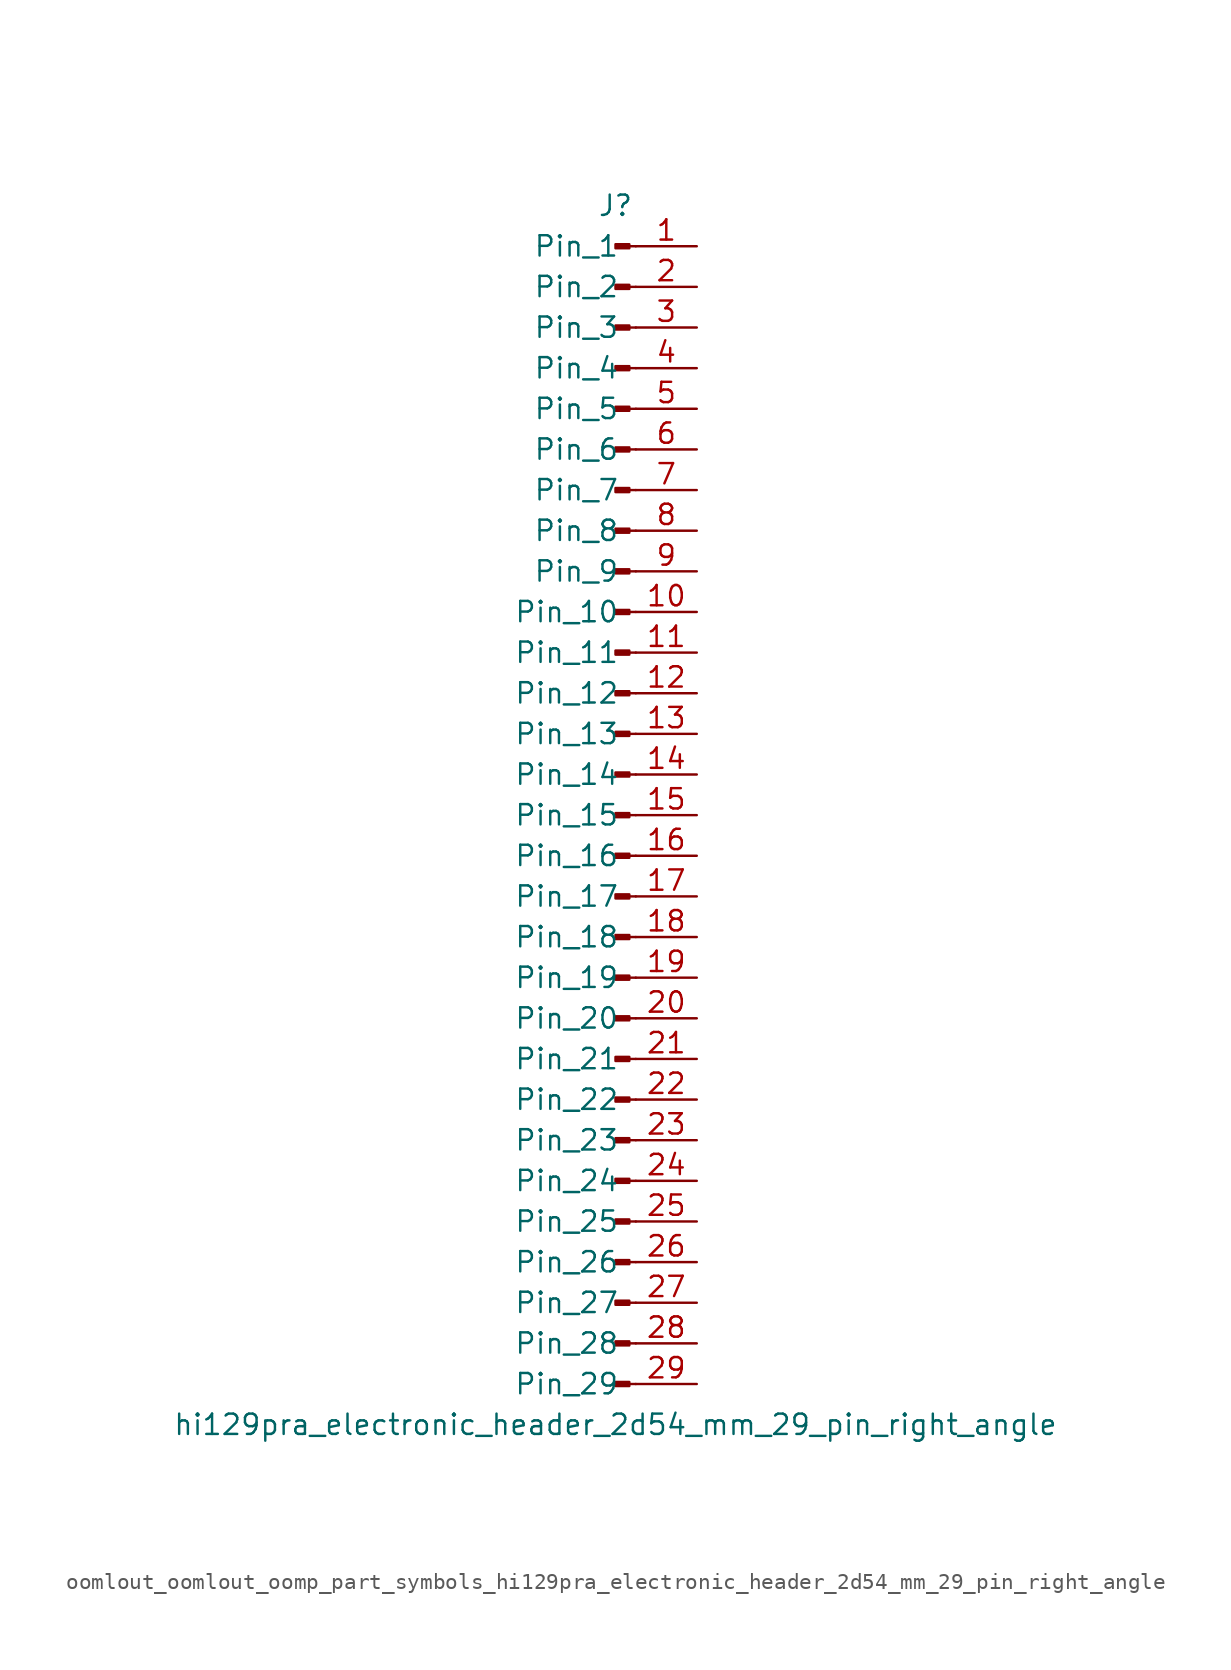
<source format=kicad_sym>
(kicad_symbol_lib
  (version 20220914)
  (generator kicad_symbol_editor)
  (symbol "oomlout_oomlout_oomp_part_symbols_hi129pra_electronic_header_2d54_mm_29_pin_right_angle"
    (pin_names
      (offset 1.016))
    (property "Reference" "J"
      (at 0 38.1 0)
      (effects (font (size 1.27 1.27))))
    (property "Value" "hi129pra_electronic_header_2d54_mm_29_pin_right_angle"
      (at 0 -38.1 0)
      (effects (font (size 1.27 1.27))))
    (property "ki_locked" ""
      (at 0 0 0)
      (effects (font (size 1.27 1.27))))
    (symbol "oomlout_oomlout_oomp_part_symbols_hi129pra_electronic_header_2d54_mm_29_pin_right_angle_1_1"
      (polyline (pts (xy 1.27 -35.56) (xy 0.864 -35.56)) (stroke (width 0.152) (type default)) (fill (type none)))
      (polyline (pts (xy 1.27 -33.02) (xy 0.864 -33.02)) (stroke (width 0.152) (type default)) (fill (type none)))
      (polyline (pts (xy 1.27 -30.48) (xy 0.864 -30.48)) (stroke (width 0.152) (type default)) (fill (type none)))
      (polyline (pts (xy 1.27 -27.94) (xy 0.864 -27.94)) (stroke (width 0.152) (type default)) (fill (type none)))
      (polyline (pts (xy 1.27 -25.4) (xy 0.864 -25.4)) (stroke (width 0.152) (type default)) (fill (type none)))
      (polyline (pts (xy 1.27 -22.86) (xy 0.864 -22.86)) (stroke (width 0.152) (type default)) (fill (type none)))
      (polyline (pts (xy 1.27 -20.32) (xy 0.864 -20.32)) (stroke (width 0.152) (type default)) (fill (type none)))
      (polyline (pts (xy 1.27 -17.78) (xy 0.864 -17.78)) (stroke (width 0.152) (type default)) (fill (type none)))
      (polyline (pts (xy 1.27 -15.24) (xy 0.864 -15.24)) (stroke (width 0.152) (type default)) (fill (type none)))
      (polyline (pts (xy 1.27 -12.7) (xy 0.864 -12.7)) (stroke (width 0.152) (type default)) (fill (type none)))
      (polyline (pts (xy 1.27 -10.16) (xy 0.864 -10.16)) (stroke (width 0.152) (type default)) (fill (type none)))
      (polyline (pts (xy 1.27 -7.62) (xy 0.864 -7.62)) (stroke (width 0.152) (type default)) (fill (type none)))
      (polyline (pts (xy 1.27 -5.08) (xy 0.864 -5.08)) (stroke (width 0.152) (type default)) (fill (type none)))
      (polyline (pts (xy 1.27 -2.54) (xy 0.864 -2.54)) (stroke (width 0.152) (type default)) (fill (type none)))
      (polyline (pts (xy 1.27 0) (xy 0.864 0)) (stroke (width 0.152) (type default)) (fill (type none)))
      (polyline (pts (xy 1.27 2.54) (xy 0.864 2.54)) (stroke (width 0.152) (type default)) (fill (type none)))
      (polyline (pts (xy 1.27 5.08) (xy 0.864 5.08)) (stroke (width 0.152) (type default)) (fill (type none)))
      (polyline (pts (xy 1.27 7.62) (xy 0.864 7.62)) (stroke (width 0.152) (type default)) (fill (type none)))
      (polyline (pts (xy 1.27 10.16) (xy 0.864 10.16)) (stroke (width 0.152) (type default)) (fill (type none)))
      (polyline (pts (xy 1.27 12.7) (xy 0.864 12.7)) (stroke (width 0.152) (type default)) (fill (type none)))
      (polyline (pts (xy 1.27 15.24) (xy 0.864 15.24)) (stroke (width 0.152) (type default)) (fill (type none)))
      (polyline (pts (xy 1.27 17.78) (xy 0.864 17.78)) (stroke (width 0.152) (type default)) (fill (type none)))
      (polyline (pts (xy 1.27 20.32) (xy 0.864 20.32)) (stroke (width 0.152) (type default)) (fill (type none)))
      (polyline (pts (xy 1.27 22.86) (xy 0.864 22.86)) (stroke (width 0.152) (type default)) (fill (type none)))
      (polyline (pts (xy 1.27 25.4) (xy 0.864 25.4)) (stroke (width 0.152) (type default)) (fill (type none)))
      (polyline (pts (xy 1.27 27.94) (xy 0.864 27.94)) (stroke (width 0.152) (type default)) (fill (type none)))
      (polyline (pts (xy 1.27 30.48) (xy 0.864 30.48)) (stroke (width 0.152) (type default)) (fill (type none)))
      (polyline (pts (xy 1.27 33.02) (xy 0.864 33.02)) (stroke (width 0.152) (type default)) (fill (type none)))
      (polyline (pts (xy 1.27 35.56) (xy 0.864 35.56)) (stroke (width 0.152) (type default)) (fill (type none)))
      (rectangle (start 0.864 -35.433) (end 0 -35.687) (stroke (width 0.152) (type default)) (fill (type outline)))
      (rectangle (start 0.864 -32.893) (end 0 -33.147) (stroke (width 0.152) (type default)) (fill (type outline)))
      (rectangle (start 0.864 -30.353) (end 0 -30.607) (stroke (width 0.152) (type default)) (fill (type outline)))
      (rectangle (start 0.864 -27.813) (end 0 -28.067) (stroke (width 0.152) (type default)) (fill (type outline)))
      (rectangle (start 0.864 -25.273) (end 0 -25.527) (stroke (width 0.152) (type default)) (fill (type outline)))
      (rectangle (start 0.864 -22.733) (end 0 -22.987) (stroke (width 0.152) (type default)) (fill (type outline)))
      (rectangle (start 0.864 -20.193) (end 0 -20.447) (stroke (width 0.152) (type default)) (fill (type outline)))
      (rectangle (start 0.864 -17.653) (end 0 -17.907) (stroke (width 0.152) (type default)) (fill (type outline)))
      (rectangle (start 0.864 -15.113) (end 0 -15.367) (stroke (width 0.152) (type default)) (fill (type outline)))
      (rectangle (start 0.864 -12.573) (end 0 -12.827) (stroke (width 0.152) (type default)) (fill (type outline)))
      (rectangle (start 0.864 -10.033) (end 0 -10.287) (stroke (width 0.152) (type default)) (fill (type outline)))
      (rectangle (start 0.864 -7.493) (end 0 -7.747) (stroke (width 0.152) (type default)) (fill (type outline)))
      (rectangle (start 0.864 -4.953) (end 0 -5.207) (stroke (width 0.152) (type default)) (fill (type outline)))
      (rectangle (start 0.864 -2.413) (end 0 -2.667) (stroke (width 0.152) (type default)) (fill (type outline)))
      (rectangle (start 0.864 0.127) (end 0 -0.127) (stroke (width 0.152) (type default)) (fill (type outline)))
      (rectangle (start 0.864 2.667) (end 0 2.413) (stroke (width 0.152) (type default)) (fill (type outline)))
      (rectangle (start 0.864 5.207) (end 0 4.953) (stroke (width 0.152) (type default)) (fill (type outline)))
      (rectangle (start 0.864 7.747) (end 0 7.493) (stroke (width 0.152) (type default)) (fill (type outline)))
      (rectangle (start 0.864 10.287) (end 0 10.033) (stroke (width 0.152) (type default)) (fill (type outline)))
      (rectangle (start 0.864 12.827) (end 0 12.573) (stroke (width 0.152) (type default)) (fill (type outline)))
      (rectangle (start 0.864 15.367) (end 0 15.113) (stroke (width 0.152) (type default)) (fill (type outline)))
      (rectangle (start 0.864 17.907) (end 0 17.653) (stroke (width 0.152) (type default)) (fill (type outline)))
      (rectangle (start 0.864 20.447) (end 0 20.193) (stroke (width 0.152) (type default)) (fill (type outline)))
      (rectangle (start 0.864 22.987) (end 0 22.733) (stroke (width 0.152) (type default)) (fill (type outline)))
      (rectangle (start 0.864 25.527) (end 0 25.273) (stroke (width 0.152) (type default)) (fill (type outline)))
      (rectangle (start 0.864 28.067) (end 0 27.813) (stroke (width 0.152) (type default)) (fill (type outline)))
      (rectangle (start 0.864 30.607) (end 0 30.353) (stroke (width 0.152) (type default)) (fill (type outline)))
      (rectangle (start 0.864 33.147) (end 0 32.893) (stroke (width 0.152) (type default)) (fill (type outline)))
      (rectangle (start 0.864 35.687) (end 0 35.433) (stroke (width 0.152) (type default)) (fill (type outline)))
      (pin passive line (at 5.08 35.56 180) (length 3.81) (name "Pin_1" (effects (font (size 1.27 1.27)))) (number "1" (effects (font (size 1.27 1.27)))))
      (pin passive line (at 5.08 12.7 180) (length 3.81) (name "Pin_10" (effects (font (size 1.27 1.27)))) (number "10" (effects (font (size 1.27 1.27)))))
      (pin passive line (at 5.08 10.16 180) (length 3.81) (name "Pin_11" (effects (font (size 1.27 1.27)))) (number "11" (effects (font (size 1.27 1.27)))))
      (pin passive line (at 5.08 7.62 180) (length 3.81) (name "Pin_12" (effects (font (size 1.27 1.27)))) (number "12" (effects (font (size 1.27 1.27)))))
      (pin passive line (at 5.08 5.08 180) (length 3.81) (name "Pin_13" (effects (font (size 1.27 1.27)))) (number "13" (effects (font (size 1.27 1.27)))))
      (pin passive line (at 5.08 2.54 180) (length 3.81) (name "Pin_14" (effects (font (size 1.27 1.27)))) (number "14" (effects (font (size 1.27 1.27)))))
      (pin passive line (at 5.08 0 180) (length 3.81) (name "Pin_15" (effects (font (size 1.27 1.27)))) (number "15" (effects (font (size 1.27 1.27)))))
      (pin passive line (at 5.08 -2.54 180) (length 3.81) (name "Pin_16" (effects (font (size 1.27 1.27)))) (number "16" (effects (font (size 1.27 1.27)))))
      (pin passive line (at 5.08 -5.08 180) (length 3.81) (name "Pin_17" (effects (font (size 1.27 1.27)))) (number "17" (effects (font (size 1.27 1.27)))))
      (pin passive line (at 5.08 -7.62 180) (length 3.81) (name "Pin_18" (effects (font (size 1.27 1.27)))) (number "18" (effects (font (size 1.27 1.27)))))
      (pin passive line (at 5.08 -10.16 180) (length 3.81) (name "Pin_19" (effects (font (size 1.27 1.27)))) (number "19" (effects (font (size 1.27 1.27)))))
      (pin passive line (at 5.08 33.02 180) (length 3.81) (name "Pin_2" (effects (font (size 1.27 1.27)))) (number "2" (effects (font (size 1.27 1.27)))))
      (pin passive line (at 5.08 -12.7 180) (length 3.81) (name "Pin_20" (effects (font (size 1.27 1.27)))) (number "20" (effects (font (size 1.27 1.27)))))
      (pin passive line (at 5.08 -15.24 180) (length 3.81) (name "Pin_21" (effects (font (size 1.27 1.27)))) (number "21" (effects (font (size 1.27 1.27)))))
      (pin passive line (at 5.08 -17.78 180) (length 3.81) (name "Pin_22" (effects (font (size 1.27 1.27)))) (number "22" (effects (font (size 1.27 1.27)))))
      (pin passive line (at 5.08 -20.32 180) (length 3.81) (name "Pin_23" (effects (font (size 1.27 1.27)))) (number "23" (effects (font (size 1.27 1.27)))))
      (pin passive line (at 5.08 -22.86 180) (length 3.81) (name "Pin_24" (effects (font (size 1.27 1.27)))) (number "24" (effects (font (size 1.27 1.27)))))
      (pin passive line (at 5.08 -25.4 180) (length 3.81) (name "Pin_25" (effects (font (size 1.27 1.27)))) (number "25" (effects (font (size 1.27 1.27)))))
      (pin passive line (at 5.08 -27.94 180) (length 3.81) (name "Pin_26" (effects (font (size 1.27 1.27)))) (number "26" (effects (font (size 1.27 1.27)))))
      (pin passive line (at 5.08 -30.48 180) (length 3.81) (name "Pin_27" (effects (font (size 1.27 1.27)))) (number "27" (effects (font (size 1.27 1.27)))))
      (pin passive line (at 5.08 -33.02 180) (length 3.81) (name "Pin_28" (effects (font (size 1.27 1.27)))) (number "28" (effects (font (size 1.27 1.27)))))
      (pin passive line (at 5.08 -35.56 180) (length 3.81) (name "Pin_29" (effects (font (size 1.27 1.27)))) (number "29" (effects (font (size 1.27 1.27)))))
      (pin passive line (at 5.08 30.48 180) (length 3.81) (name "Pin_3" (effects (font (size 1.27 1.27)))) (number "3" (effects (font (size 1.27 1.27)))))
      (pin passive line (at 5.08 27.94 180) (length 3.81) (name "Pin_4" (effects (font (size 1.27 1.27)))) (number "4" (effects (font (size 1.27 1.27)))))
      (pin passive line (at 5.08 25.4 180) (length 3.81) (name "Pin_5" (effects (font (size 1.27 1.27)))) (number "5" (effects (font (size 1.27 1.27)))))
      (pin passive line (at 5.08 22.86 180) (length 3.81) (name "Pin_6" (effects (font (size 1.27 1.27)))) (number "6" (effects (font (size 1.27 1.27)))))
      (pin passive line (at 5.08 20.32 180) (length 3.81) (name "Pin_7" (effects (font (size 1.27 1.27)))) (number "7" (effects (font (size 1.27 1.27)))))
      (pin passive line (at 5.08 17.78 180) (length 3.81) (name "Pin_8" (effects (font (size 1.27 1.27)))) (number "8" (effects (font (size 1.27 1.27)))))
      (pin passive line (at 5.08 15.24 180) (length 3.81) (name "Pin_9" (effects (font (size 1.27 1.27)))) (number "9" (effects (font (size 1.27 1.27))))))))
</source>
